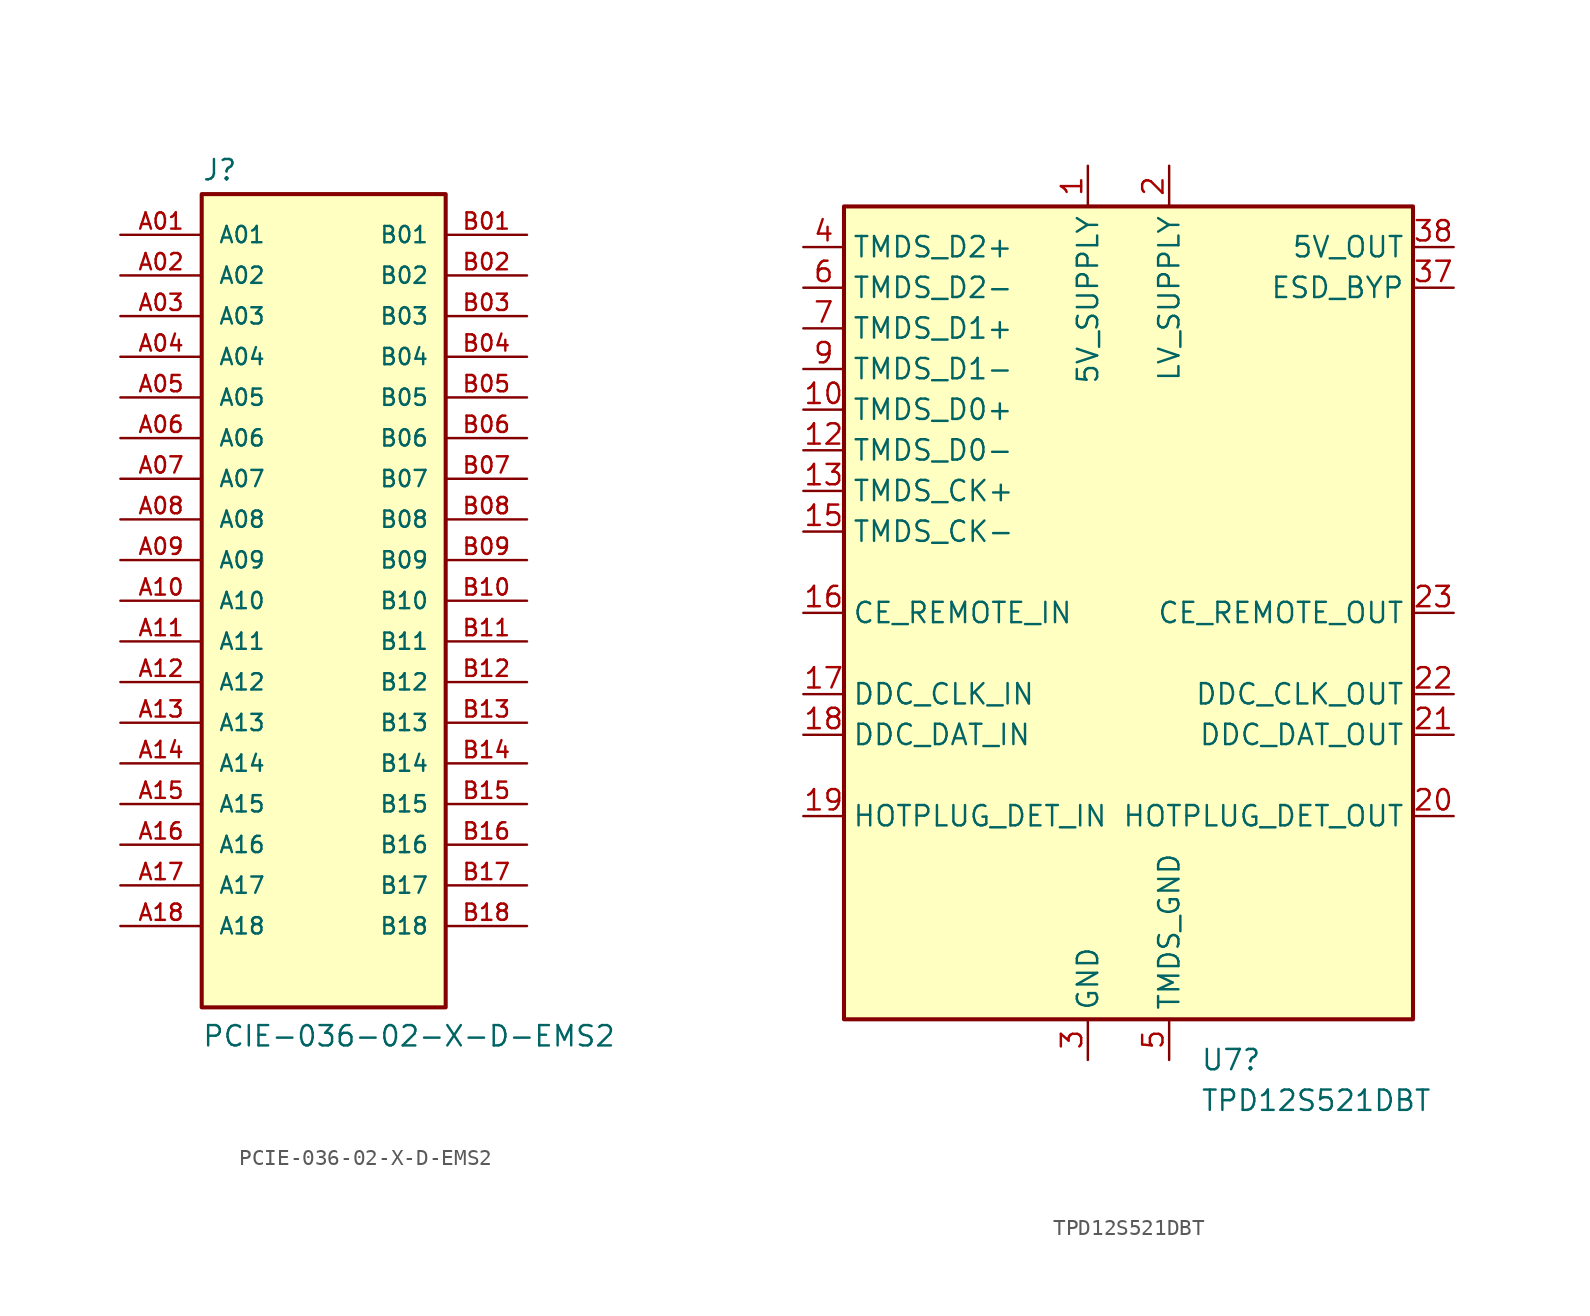
<source format=kicad_sym>
(kicad_symbol_lib
  (version 20220914)
  (generator kicad_symbol_editor)
  (symbol "PCIE-036-02-X-D-EMS2"
    (pin_names
      (offset 1.016))
    (property "Reference" "J"
      (at -7.62 26.162 0)
      (effects (font (size 1.27 1.27)) (justify left bottom)))
    (property "Value" "PCIE-036-02-X-D-EMS2"
      (at -7.62 -27.94 0)
      (effects (font (size 1.27 1.27)) (justify left bottom)))
    (symbol "PCIE-036-02-X-D-EMS2_0_0"
      (rectangle (start -7.62 -25.4) (end 7.62 25.4) (stroke (width 0.254) (type default)) (fill (type background)))
      (pin passive line (at -12.7 22.86 0) (length 5.08) (name "A01" (effects (font (size 1.016 1.016)))) (number "A01" (effects (font (size 1.016 1.016)))))
      (pin passive line (at -12.7 20.32 0) (length 5.08) (name "A02" (effects (font (size 1.016 1.016)))) (number "A02" (effects (font (size 1.016 1.016)))))
      (pin passive line (at -12.7 17.78 0) (length 5.08) (name "A03" (effects (font (size 1.016 1.016)))) (number "A03" (effects (font (size 1.016 1.016)))))
      (pin passive line (at -12.7 15.24 0) (length 5.08) (name "A04" (effects (font (size 1.016 1.016)))) (number "A04" (effects (font (size 1.016 1.016)))))
      (pin passive line (at -12.7 12.7 0) (length 5.08) (name "A05" (effects (font (size 1.016 1.016)))) (number "A05" (effects (font (size 1.016 1.016)))))
      (pin passive line (at -12.7 10.16 0) (length 5.08) (name "A06" (effects (font (size 1.016 1.016)))) (number "A06" (effects (font (size 1.016 1.016)))))
      (pin passive line (at -12.7 7.62 0) (length 5.08) (name "A07" (effects (font (size 1.016 1.016)))) (number "A07" (effects (font (size 1.016 1.016)))))
      (pin passive line (at -12.7 5.08 0) (length 5.08) (name "A08" (effects (font (size 1.016 1.016)))) (number "A08" (effects (font (size 1.016 1.016)))))
      (pin passive line (at -12.7 2.54 0) (length 5.08) (name "A09" (effects (font (size 1.016 1.016)))) (number "A09" (effects (font (size 1.016 1.016)))))
      (pin passive line (at -12.7 0 0) (length 5.08) (name "A10" (effects (font (size 1.016 1.016)))) (number "A10" (effects (font (size 1.016 1.016)))))
      (pin passive line (at -12.7 -2.54 0) (length 5.08) (name "A11" (effects (font (size 1.016 1.016)))) (number "A11" (effects (font (size 1.016 1.016)))))
      (pin passive line (at -12.7 -5.08 0) (length 5.08) (name "A12" (effects (font (size 1.016 1.016)))) (number "A12" (effects (font (size 1.016 1.016)))))
      (pin passive line (at -12.7 -7.62 0) (length 5.08) (name "A13" (effects (font (size 1.016 1.016)))) (number "A13" (effects (font (size 1.016 1.016)))))
      (pin passive line (at -12.7 -10.16 0) (length 5.08) (name "A14" (effects (font (size 1.016 1.016)))) (number "A14" (effects (font (size 1.016 1.016)))))
      (pin passive line (at -12.7 -12.7 0) (length 5.08) (name "A15" (effects (font (size 1.016 1.016)))) (number "A15" (effects (font (size 1.016 1.016)))))
      (pin passive line (at -12.7 -15.24 0) (length 5.08) (name "A16" (effects (font (size 1.016 1.016)))) (number "A16" (effects (font (size 1.016 1.016)))))
      (pin passive line (at -12.7 -17.78 0) (length 5.08) (name "A17" (effects (font (size 1.016 1.016)))) (number "A17" (effects (font (size 1.016 1.016)))))
      (pin passive line (at -12.7 -20.32 0) (length 5.08) (name "A18" (effects (font (size 1.016 1.016)))) (number "A18" (effects (font (size 1.016 1.016)))))
      (pin passive line (at 12.7 22.86 180) (length 5.08) (name "B01" (effects (font (size 1.016 1.016)))) (number "B01" (effects (font (size 1.016 1.016)))))
      (pin passive line (at 12.7 20.32 180) (length 5.08) (name "B02" (effects (font (size 1.016 1.016)))) (number "B02" (effects (font (size 1.016 1.016)))))
      (pin passive line (at 12.7 17.78 180) (length 5.08) (name "B03" (effects (font (size 1.016 1.016)))) (number "B03" (effects (font (size 1.016 1.016)))))
      (pin passive line (at 12.7 15.24 180) (length 5.08) (name "B04" (effects (font (size 1.016 1.016)))) (number "B04" (effects (font (size 1.016 1.016)))))
      (pin passive line (at 12.7 12.7 180) (length 5.08) (name "B05" (effects (font (size 1.016 1.016)))) (number "B05" (effects (font (size 1.016 1.016)))))
      (pin passive line (at 12.7 10.16 180) (length 5.08) (name "B06" (effects (font (size 1.016 1.016)))) (number "B06" (effects (font (size 1.016 1.016)))))
      (pin passive line (at 12.7 7.62 180) (length 5.08) (name "B07" (effects (font (size 1.016 1.016)))) (number "B07" (effects (font (size 1.016 1.016)))))
      (pin passive line (at 12.7 5.08 180) (length 5.08) (name "B08" (effects (font (size 1.016 1.016)))) (number "B08" (effects (font (size 1.016 1.016)))))
      (pin passive line (at 12.7 2.54 180) (length 5.08) (name "B09" (effects (font (size 1.016 1.016)))) (number "B09" (effects (font (size 1.016 1.016)))))
      (pin passive line (at 12.7 0 180) (length 5.08) (name "B10" (effects (font (size 1.016 1.016)))) (number "B10" (effects (font (size 1.016 1.016)))))
      (pin passive line (at 12.7 -2.54 180) (length 5.08) (name "B11" (effects (font (size 1.016 1.016)))) (number "B11" (effects (font (size 1.016 1.016)))))
      (pin passive line (at 12.7 -5.08 180) (length 5.08) (name "B12" (effects (font (size 1.016 1.016)))) (number "B12" (effects (font (size 1.016 1.016)))))
      (pin passive line (at 12.7 -7.62 180) (length 5.08) (name "B13" (effects (font (size 1.016 1.016)))) (number "B13" (effects (font (size 1.016 1.016)))))
      (pin passive line (at 12.7 -10.16 180) (length 5.08) (name "B14" (effects (font (size 1.016 1.016)))) (number "B14" (effects (font (size 1.016 1.016)))))
      (pin passive line (at 12.7 -12.7 180) (length 5.08) (name "B15" (effects (font (size 1.016 1.016)))) (number "B15" (effects (font (size 1.016 1.016)))))
      (pin passive line (at 12.7 -15.24 180) (length 5.08) (name "B16" (effects (font (size 1.016 1.016)))) (number "B16" (effects (font (size 1.016 1.016)))))
      (pin passive line (at 12.7 -17.78 180) (length 5.08) (name "B17" (effects (font (size 1.016 1.016)))) (number "B17" (effects (font (size 1.016 1.016)))))
      (pin passive line (at 12.7 -20.32 180) (length 5.08) (name "B18" (effects (font (size 1.016 1.016)))) (number "B18" (effects (font (size 1.016 1.016)))))))
  (symbol "TPD12S521DBT"
    (property "Reference" "U7"
      (at 4.496 -27.94 0)
      (effects (font (size 1.27 1.27)) (justify left)))
    (property "Value" "TPD12S521DBT"
      (at 4.496 -30.48 0)
      (effects (font (size 1.27 1.27)) (justify left)))
    (symbol "TPD12S521DBT_0_1"
      (rectangle (start -17.78 25.4) (end 17.78 -25.4) (stroke (width 0.254) (type default)) (fill (type background))))
    (symbol "TPD12S521DBT_1_1"
      (pin power_in line (at -2.54 27.94 270) (length 2.54) (name "5V_SUPPLY" (effects (font (size 1.27 1.27)))) (number "1" (effects (font (size 1.27 1.27)))))
      (pin passive line (at -20.32 12.7 0) (length 2.54) (name "TMDS_D0+" (effects (font (size 1.27 1.27)))) (number "10" (effects (font (size 1.27 1.27)))))
      (pin passive line (at 2.54 -27.94 90) (length 2.54) hide (name "TMDS_GND" (effects (font (size 1.27 1.27)))) (number "11" (effects (font (size 1.27 1.27)))))
      (pin passive line (at -20.32 10.16 0) (length 2.54) (name "TMDS_D0-" (effects (font (size 1.27 1.27)))) (number "12" (effects (font (size 1.27 1.27)))))
      (pin passive line (at -20.32 7.62 0) (length 2.54) (name "TMDS_CK+" (effects (font (size 1.27 1.27)))) (number "13" (effects (font (size 1.27 1.27)))))
      (pin passive line (at 2.54 -27.94 90) (length 2.54) hide (name "TMDS_GND" (effects (font (size 1.27 1.27)))) (number "14" (effects (font (size 1.27 1.27)))))
      (pin passive line (at -20.32 5.08 0) (length 2.54) (name "TMDS_CK-" (effects (font (size 1.27 1.27)))) (number "15" (effects (font (size 1.27 1.27)))))
      (pin bidirectional line (at -20.32 0 0) (length 2.54) (name "CE_REMOTE_IN" (effects (font (size 1.27 1.27)))) (number "16" (effects (font (size 1.27 1.27)))))
      (pin bidirectional line (at -20.32 -5.08 0) (length 2.54) (name "DDC_CLK_IN" (effects (font (size 1.27 1.27)))) (number "17" (effects (font (size 1.27 1.27)))))
      (pin bidirectional line (at -20.32 -7.62 0) (length 2.54) (name "DDC_DAT_IN" (effects (font (size 1.27 1.27)))) (number "18" (effects (font (size 1.27 1.27)))))
      (pin bidirectional line (at -20.32 -12.7 0) (length 2.54) (name "HOTPLUG_DET_IN" (effects (font (size 1.27 1.27)))) (number "19" (effects (font (size 1.27 1.27)))))
      (pin power_in line (at 2.54 27.94 270) (length 2.54) (name "LV_SUPPLY" (effects (font (size 1.27 1.27)))) (number "2" (effects (font (size 1.27 1.27)))))
      (pin bidirectional line (at 20.32 -12.7 180) (length 2.54) (name "HOTPLUG_DET_OUT" (effects (font (size 1.27 1.27)))) (number "20" (effects (font (size 1.27 1.27)))))
      (pin bidirectional line (at 20.32 -7.62 180) (length 2.54) (name "DDC_DAT_OUT" (effects (font (size 1.27 1.27)))) (number "21" (effects (font (size 1.27 1.27)))))
      (pin bidirectional line (at 20.32 -5.08 180) (length 2.54) (name "DDC_CLK_OUT" (effects (font (size 1.27 1.27)))) (number "22" (effects (font (size 1.27 1.27)))))
      (pin bidirectional line (at 20.32 0 180) (length 2.54) (name "CE_REMOTE_OUT" (effects (font (size 1.27 1.27)))) (number "23" (effects (font (size 1.27 1.27)))))
      (pin passive line (at -20.32 5.08 0) (length 2.54) hide (name "TMDS_CK-" (effects (font (size 1.27 1.27)))) (number "24" (effects (font (size 1.27 1.27)))))
      (pin passive line (at 2.54 -27.94 90) (length 2.54) hide (name "TMDS_GND" (effects (font (size 1.27 1.27)))) (number "25" (effects (font (size 1.27 1.27)))))
      (pin passive line (at -20.32 7.62 0) (length 2.54) hide (name "TMDS_CK+" (effects (font (size 1.27 1.27)))) (number "26" (effects (font (size 1.27 1.27)))))
      (pin passive line (at -20.32 10.16 0) (length 2.54) hide (name "TMDS_D0-" (effects (font (size 1.27 1.27)))) (number "27" (effects (font (size 1.27 1.27)))))
      (pin passive line (at 2.54 -27.94 90) (length 2.54) hide (name "TMDS_GND" (effects (font (size 1.27 1.27)))) (number "28" (effects (font (size 1.27 1.27)))))
      (pin passive line (at -20.32 12.7 0) (length 2.54) hide (name "TMDS_D0+" (effects (font (size 1.27 1.27)))) (number "29" (effects (font (size 1.27 1.27)))))
      (pin power_in line (at -2.54 -27.94 90) (length 2.54) (name "GND" (effects (font (size 1.27 1.27)))) (number "3" (effects (font (size 1.27 1.27)))))
      (pin passive line (at -20.32 15.24 0) (length 2.54) hide (name "TMDS_D1-" (effects (font (size 1.27 1.27)))) (number "30" (effects (font (size 1.27 1.27)))))
      (pin passive line (at 2.54 -27.94 90) (length 2.54) hide (name "TMDS_GND" (effects (font (size 1.27 1.27)))) (number "31" (effects (font (size 1.27 1.27)))))
      (pin passive line (at -20.32 17.78 0) (length 2.54) hide (name "TMDS_D1+" (effects (font (size 1.27 1.27)))) (number "32" (effects (font (size 1.27 1.27)))))
      (pin passive line (at -20.32 20.32 0) (length 2.54) hide (name "TMDS_D2-" (effects (font (size 1.27 1.27)))) (number "33" (effects (font (size 1.27 1.27)))))
      (pin passive line (at 2.54 -27.94 90) (length 2.54) hide (name "TMDS_GND" (effects (font (size 1.27 1.27)))) (number "34" (effects (font (size 1.27 1.27)))))
      (pin passive line (at -20.32 22.86 0) (length 2.54) hide (name "TMDS_D2+" (effects (font (size 1.27 1.27)))) (number "35" (effects (font (size 1.27 1.27)))))
      (pin passive line (at -2.54 -27.94 90) (length 2.54) hide (name "GND" (effects (font (size 1.27 1.27)))) (number "36" (effects (font (size 1.27 1.27)))))
      (pin passive line (at 20.32 20.32 180) (length 2.54) (name "ESD_BYP" (effects (font (size 1.27 1.27)))) (number "37" (effects (font (size 1.27 1.27)))))
      (pin power_out line (at 20.32 22.86 180) (length 2.54) (name "5V_OUT" (effects (font (size 1.27 1.27)))) (number "38" (effects (font (size 1.27 1.27)))))
      (pin passive line (at -20.32 22.86 0) (length 2.54) (name "TMDS_D2+" (effects (font (size 1.27 1.27)))) (number "4" (effects (font (size 1.27 1.27)))))
      (pin passive line (at 2.54 -27.94 90) (length 2.54) (name "TMDS_GND" (effects (font (size 1.27 1.27)))) (number "5" (effects (font (size 1.27 1.27)))))
      (pin passive line (at -20.32 20.32 0) (length 2.54) (name "TMDS_D2-" (effects (font (size 1.27 1.27)))) (number "6" (effects (font (size 1.27 1.27)))))
      (pin passive line (at -20.32 17.78 0) (length 2.54) (name "TMDS_D1+" (effects (font (size 1.27 1.27)))) (number "7" (effects (font (size 1.27 1.27)))))
      (pin passive line (at 2.54 -27.94 90) (length 2.54) hide (name "TMDS_GND" (effects (font (size 1.27 1.27)))) (number "8" (effects (font (size 1.27 1.27)))))
      (pin passive line (at -20.32 15.24 0) (length 2.54) (name "TMDS_D1-" (effects (font (size 1.27 1.27)))) (number "9" (effects (font (size 1.27 1.27))))))))
</source>
